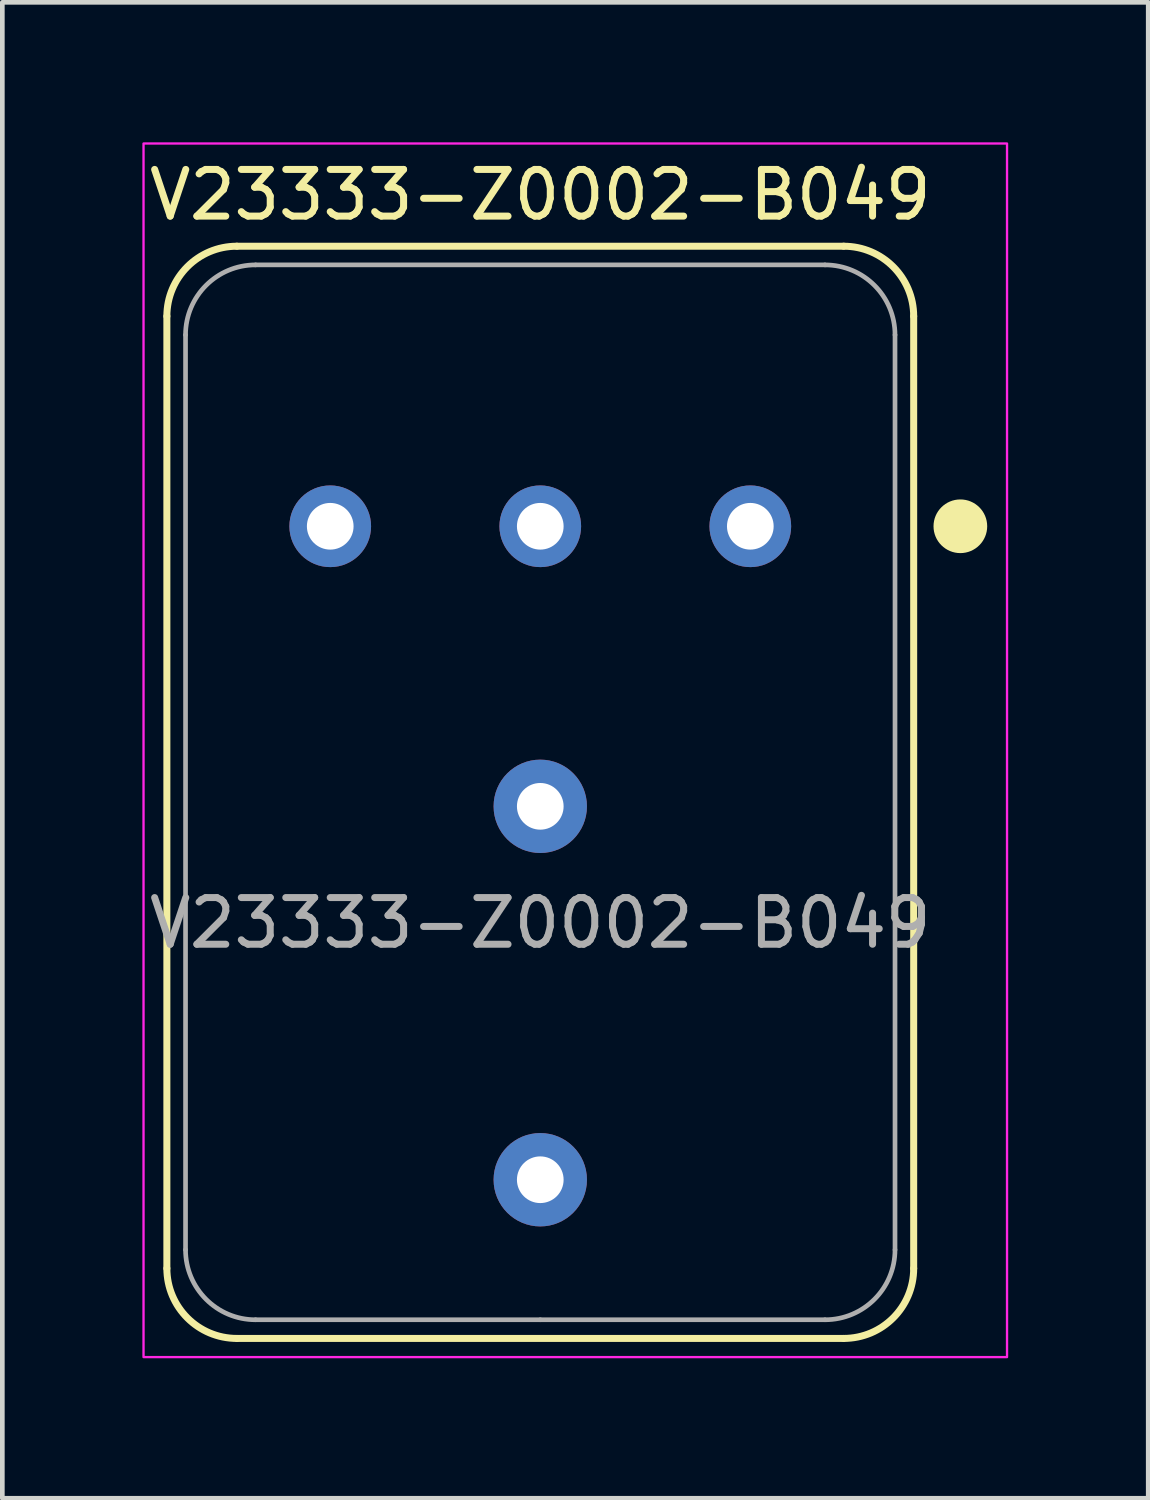
<source format=kicad_pcb>
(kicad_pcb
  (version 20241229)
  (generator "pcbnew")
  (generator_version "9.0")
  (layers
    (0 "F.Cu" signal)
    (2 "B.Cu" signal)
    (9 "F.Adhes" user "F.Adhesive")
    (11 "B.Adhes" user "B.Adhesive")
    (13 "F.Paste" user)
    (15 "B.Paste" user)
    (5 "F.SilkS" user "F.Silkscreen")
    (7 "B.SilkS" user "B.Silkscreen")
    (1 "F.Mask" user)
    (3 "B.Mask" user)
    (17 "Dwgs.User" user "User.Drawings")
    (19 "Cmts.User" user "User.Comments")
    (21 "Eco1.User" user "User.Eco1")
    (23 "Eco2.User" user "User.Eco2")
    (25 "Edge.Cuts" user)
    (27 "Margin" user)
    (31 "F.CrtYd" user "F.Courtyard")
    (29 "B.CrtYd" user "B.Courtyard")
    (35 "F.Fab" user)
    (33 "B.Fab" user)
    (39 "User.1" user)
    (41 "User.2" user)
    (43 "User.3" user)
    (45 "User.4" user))
  (footprint "V23333-Z0002-B049"
    (layer "F.Cu")
    (at 8.525 14.225)
    (property "Reference" "V23333-Z0002-B049" (at 0 -13.1 0) (unlocked yes) (layer "F.SilkS") (effects (font (size 1 1) (thickness 0.15))))
    (attr through_hole)
    (fp_line (start -8 9.9) (end -8 -10.5) (stroke (width 0.15) (type default)) (layer "F.SilkS"))
    (fp_line (start -6.5 -12) (end 6.5 -12) (stroke (width 0.15) (type default)) (layer "F.SilkS"))
    (fp_line (start 6.5 11.4) (end -6.5 11.4) (stroke (width 0.15) (type default)) (layer "F.SilkS"))
    (fp_line (start 8 -10.5) (end 8 9.9) (stroke (width 0.15) (type default)) (layer "F.SilkS"))
    (fp_arc (start -8 -10.5) (mid -7.56066 -11.56066) (end -6.5 -12) (stroke (width 0.15) (type default)) (layer "F.SilkS"))
    (fp_arc (start -6.500001 11.400001) (mid -7.560661 10.960661) (end -8.000001 9.900001) (stroke (width 0.15) (type default)) (layer "F.SilkS"))
    (fp_arc (start 6.5 -12) (mid 7.56066 -11.56066) (end 8 -10.5) (stroke (width 0.15) (type default)) (layer "F.SilkS"))
    (fp_arc (start 8.000001 9.900001) (mid 7.560661 10.960661) (end 6.500001 11.400001) (stroke (width 0.15) (type default)) (layer "F.SilkS"))
    (fp_circle (center 9 -6) (end 9.5 -6) (stroke (width 0.15) (type solid)) (fill yes) (layer "F.SilkS"))
    (fp_rect (start -8.5 -14.2) (end 10 11.8) (stroke (width 0.05) (type default)) (fill no) (layer "F.CrtYd"))
    (fp_line (start -7.6 9.5) (end -7.6 -10.1) (stroke (width 0.1) (type default)) (layer "F.Fab"))
    (fp_line (start -6.1 -11.6) (end 6.1 -11.6) (stroke (width 0.1) (type default)) (layer "F.Fab"))
    (fp_line (start 0 11) (end -6.1 11) (stroke (width 0.1) (type default)) (layer "F.Fab"))
    (fp_line (start 0 11) (end 6.1 11) (stroke (width 0.1) (type default)) (layer "F.Fab"))
    (fp_line (start 7.6 -10.1) (end 7.6 9.5) (stroke (width 0.1) (type default)) (layer "F.Fab"))
    (fp_arc (start -7.6 -10.1) (mid -7.16066 -11.16066) (end -6.1 -11.6) (stroke (width 0.1) (type default)) (layer "F.Fab"))
    (fp_arc (start -6.1 11) (mid -7.16066 10.56066) (end -7.6 9.5) (stroke (width 0.1) (type default)) (layer "F.Fab"))
    (fp_arc (start 6.1 -11.6) (mid 7.16066 -11.16066) (end 7.6 -10.1) (stroke (width 0.1) (type default)) (layer "F.Fab"))
    (fp_arc (start 7.6 9.5) (mid 7.16066 10.56066) (end 6.1 11) (stroke (width 0.1) (type default)) (layer "F.Fab"))
    (fp_text user "${REFERENCE}" (at 0 2.5 0) (unlocked yes) (layer "F.Fab") (effects (font (size 1 1) (thickness 0.15))))
    (pad "1" thru_hole circle (at 4.5 -6) (size 1.75 1.75) (drill 1) (layers "*.Cu" "*.Mask"))
    (pad "2" thru_hole circle (at -4.5 -6) (size 1.75 1.75) (drill 1) (layers "*.Cu" "*.Mask"))
    (pad "3" thru_hole circle (at 0 8) (size 2 2) (drill 1) (layers "*.Cu" "*.Mask"))
    (pad "4" thru_hole circle (at 0 -6) (size 1.75 1.75) (drill 1) (layers "*.Cu" "*.Mask"))
    (pad "5" thru_hole circle (at 0 0) (size 2 2) (drill 1) (layers "*.Cu" "*.Mask")))
  (gr_rect
    (start -3 -3)
    (end 21.55 29.05)
    (stroke (width 0.1) (type default))
    (fill no)
    (layer "Edge.Cuts")))
</source>
